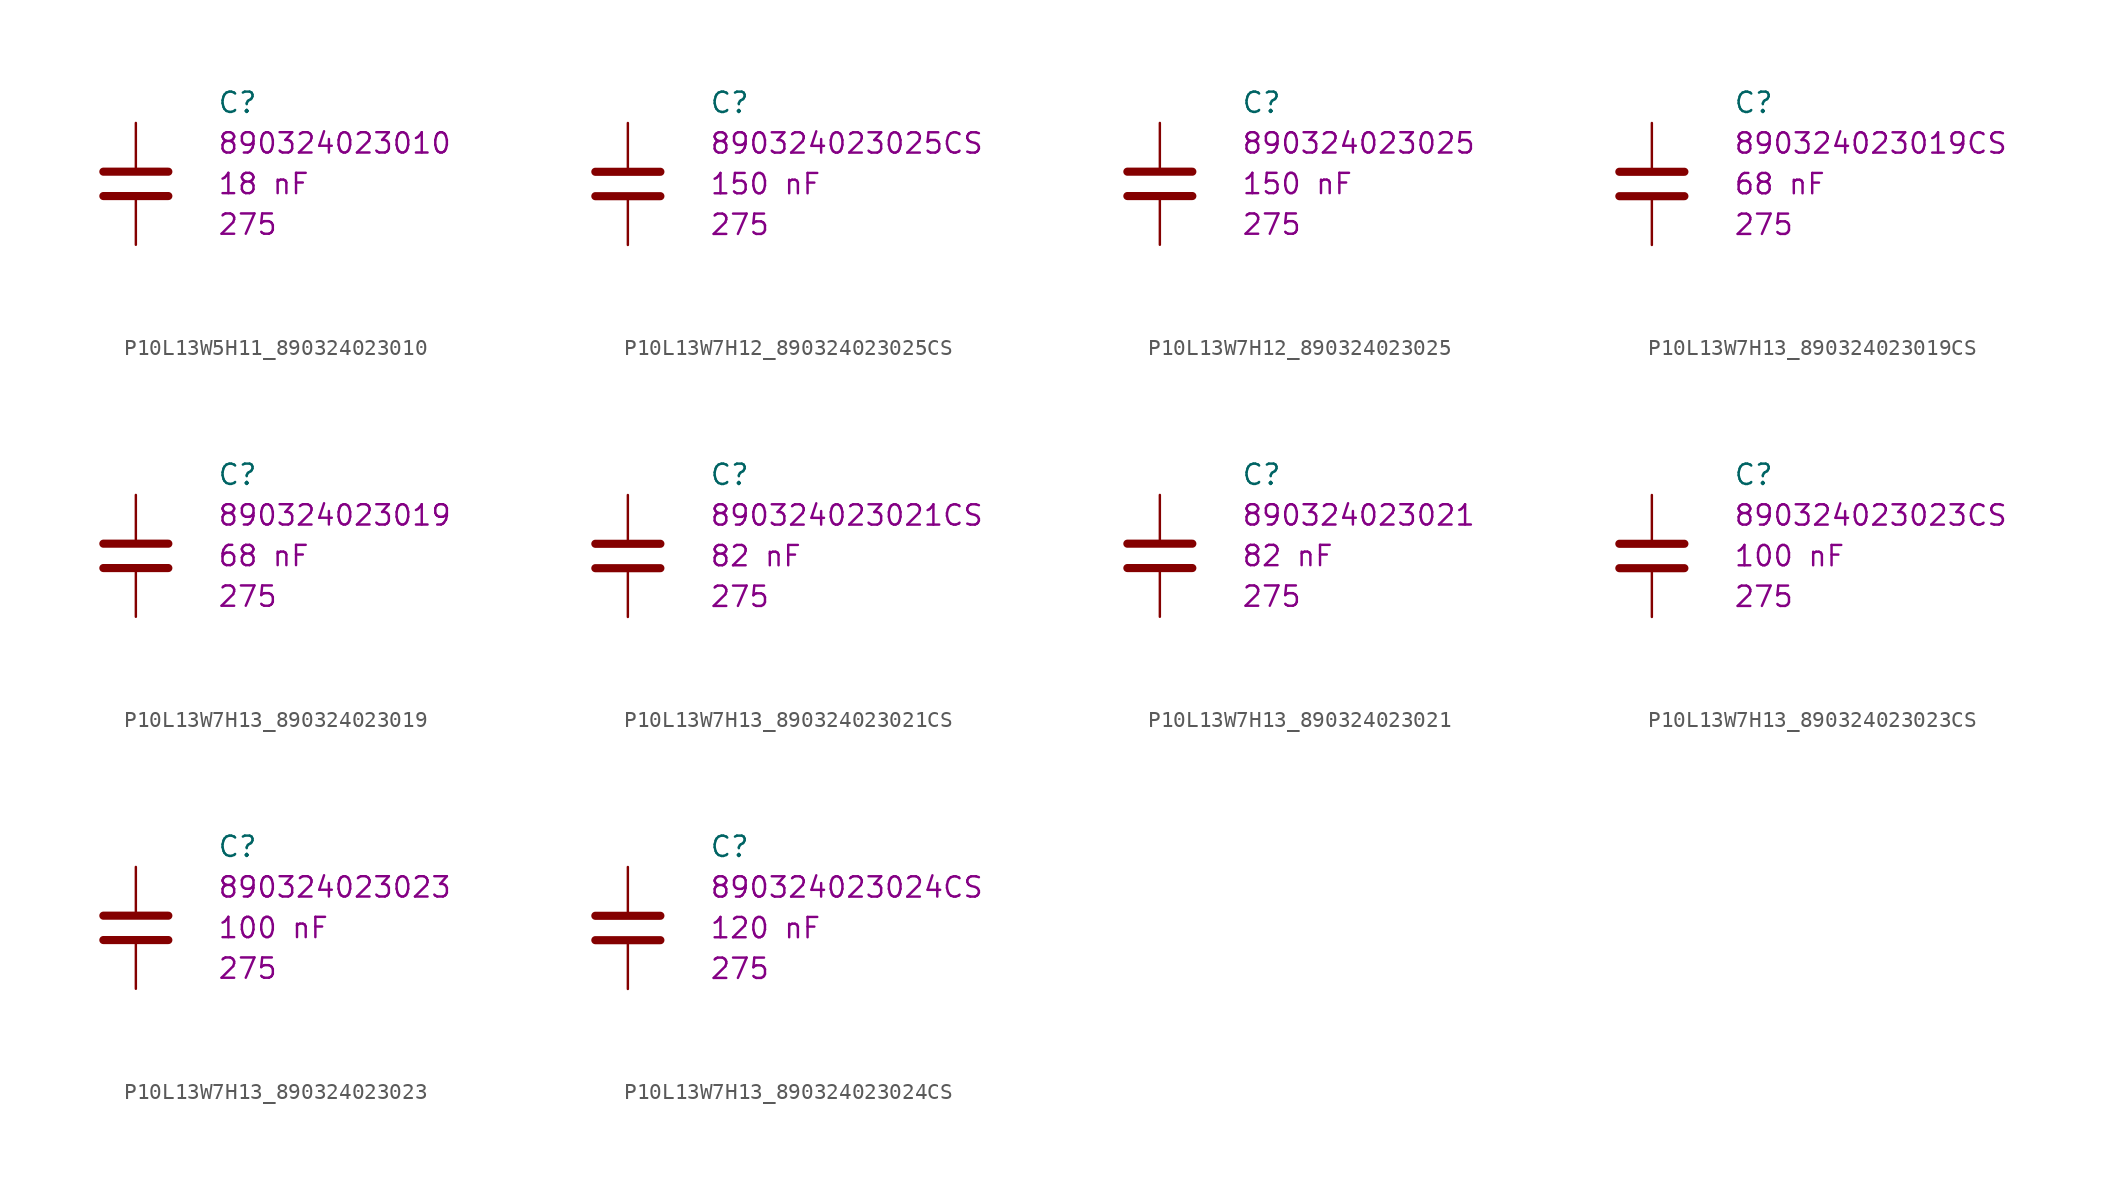
<source format=kicad_sym>
(kicad_symbol_lib
  (version 20220914)
  (generator kicad_symbol_editor)
  (symbol "P10L13W5H11_890324023010"
    (pin_numbers hide)
    (pin_names hide)
    (property "Reference" "C"
      (at 5.08 5.08 0)
      (effects (font (size 1.27 1.27)) (justify left)))
    (property "Part Number" "890324023010"
      (at 5.08 2.54 0)
      (effects (font (size 1.27 1.27)) (justify left)))
    (property "Capacitance" "18 nF"
      (at 5.08 0 0)
      (effects (font (size 1.27 1.27)) (justify left)))
    (property "Voltage" "275"
      (at 5.08 -2.54 0)
      (effects (font (size 1.27 1.27)) (justify left)))
    (property "Critical Parameter" ""
      (at 0 -7.62 0)
      (effects (font (size 1.27 1.27))))
    (symbol "P10L13W5H11_890324023010_0_1"
      (polyline (pts (xy -2.032 -0.762) (xy 2.032 -0.762)) (stroke (width 0.508) (type default)) (fill (type none)))
      (polyline (pts (xy -2.032 0.762) (xy 2.032 0.762)) (stroke (width 0.508) (type default)) (fill (type none))))
    (symbol "P10L13W5H11_890324023010_1_1"
      (pin passive line (at 0 3.81 270) (length 2.794) (name "1" (effects (font (size 1.27 1.27)))) (number "1" (effects (font (size 1.27 1.27)))))
      (pin passive line (at 0 -3.81 90) (length 2.794) (name "2" (effects (font (size 1.27 1.27)))) (number "2" (effects (font (size 1.27 1.27)))))))
  (symbol "P10L13W7H12_890324023025CS"
    (pin_numbers hide)
    (pin_names hide)
    (property "Reference" "C"
      (at 5.08 5.08 0)
      (effects (font (size 1.27 1.27)) (justify left)))
    (property "Part Number" "890324023025CS"
      (at 5.08 2.54 0)
      (effects (font (size 1.27 1.27)) (justify left)))
    (property "Capacitance" "150 nF"
      (at 5.08 0 0)
      (effects (font (size 1.27 1.27)) (justify left)))
    (property "Voltage" "275"
      (at 5.08 -2.54 0)
      (effects (font (size 1.27 1.27)) (justify left)))
    (property "Critical Parameter" ""
      (at 0 -7.62 0)
      (effects (font (size 1.27 1.27))))
    (symbol "P10L13W7H12_890324023025CS_0_1"
      (polyline (pts (xy -2.032 -0.762) (xy 2.032 -0.762)) (stroke (width 0.508) (type default)) (fill (type none)))
      (polyline (pts (xy -2.032 0.762) (xy 2.032 0.762)) (stroke (width 0.508) (type default)) (fill (type none))))
    (symbol "P10L13W7H12_890324023025CS_1_1"
      (pin passive line (at 0 3.81 270) (length 2.794) (name "1" (effects (font (size 1.27 1.27)))) (number "1" (effects (font (size 1.27 1.27)))))
      (pin passive line (at 0 -3.81 90) (length 2.794) (name "2" (effects (font (size 1.27 1.27)))) (number "2" (effects (font (size 1.27 1.27)))))))
  (symbol "P10L13W7H12_890324023025"
    (pin_numbers hide)
    (pin_names hide)
    (property "Reference" "C"
      (at 5.08 5.08 0)
      (effects (font (size 1.27 1.27)) (justify left)))
    (property "Part Number" "890324023025"
      (at 5.08 2.54 0)
      (effects (font (size 1.27 1.27)) (justify left)))
    (property "Capacitance" "150 nF"
      (at 5.08 0 0)
      (effects (font (size 1.27 1.27)) (justify left)))
    (property "Voltage" "275"
      (at 5.08 -2.54 0)
      (effects (font (size 1.27 1.27)) (justify left)))
    (property "Critical Parameter" ""
      (at 0 -7.62 0)
      (effects (font (size 1.27 1.27))))
    (symbol "P10L13W7H12_890324023025_0_1"
      (polyline (pts (xy -2.032 -0.762) (xy 2.032 -0.762)) (stroke (width 0.508) (type default)) (fill (type none)))
      (polyline (pts (xy -2.032 0.762) (xy 2.032 0.762)) (stroke (width 0.508) (type default)) (fill (type none))))
    (symbol "P10L13W7H12_890324023025_1_1"
      (pin passive line (at 0 3.81 270) (length 2.794) (name "1" (effects (font (size 1.27 1.27)))) (number "1" (effects (font (size 1.27 1.27)))))
      (pin passive line (at 0 -3.81 90) (length 2.794) (name "2" (effects (font (size 1.27 1.27)))) (number "2" (effects (font (size 1.27 1.27)))))))
  (symbol "P10L13W7H13_890324023019CS"
    (pin_numbers hide)
    (pin_names hide)
    (property "Reference" "C"
      (at 5.08 5.08 0)
      (effects (font (size 1.27 1.27)) (justify left)))
    (property "Part Number" "890324023019CS"
      (at 5.08 2.54 0)
      (effects (font (size 1.27 1.27)) (justify left)))
    (property "Capacitance" "68 nF"
      (at 5.08 0 0)
      (effects (font (size 1.27 1.27)) (justify left)))
    (property "Voltage" "275"
      (at 5.08 -2.54 0)
      (effects (font (size 1.27 1.27)) (justify left)))
    (property "Critical Parameter" ""
      (at 0 -7.62 0)
      (effects (font (size 1.27 1.27))))
    (symbol "P10L13W7H13_890324023019CS_0_1"
      (polyline (pts (xy -2.032 -0.762) (xy 2.032 -0.762)) (stroke (width 0.508) (type default)) (fill (type none)))
      (polyline (pts (xy -2.032 0.762) (xy 2.032 0.762)) (stroke (width 0.508) (type default)) (fill (type none))))
    (symbol "P10L13W7H13_890324023019CS_1_1"
      (pin passive line (at 0 3.81 270) (length 2.794) (name "1" (effects (font (size 1.27 1.27)))) (number "1" (effects (font (size 1.27 1.27)))))
      (pin passive line (at 0 -3.81 90) (length 2.794) (name "2" (effects (font (size 1.27 1.27)))) (number "2" (effects (font (size 1.27 1.27)))))))
  (symbol "P10L13W7H13_890324023019"
    (pin_numbers hide)
    (pin_names hide)
    (property "Reference" "C"
      (at 5.08 5.08 0)
      (effects (font (size 1.27 1.27)) (justify left)))
    (property "Part Number" "890324023019"
      (at 5.08 2.54 0)
      (effects (font (size 1.27 1.27)) (justify left)))
    (property "Capacitance" "68 nF"
      (at 5.08 0 0)
      (effects (font (size 1.27 1.27)) (justify left)))
    (property "Voltage" "275"
      (at 5.08 -2.54 0)
      (effects (font (size 1.27 1.27)) (justify left)))
    (property "Critical Parameter" ""
      (at 0 -7.62 0)
      (effects (font (size 1.27 1.27))))
    (symbol "P10L13W7H13_890324023019_0_1"
      (polyline (pts (xy -2.032 -0.762) (xy 2.032 -0.762)) (stroke (width 0.508) (type default)) (fill (type none)))
      (polyline (pts (xy -2.032 0.762) (xy 2.032 0.762)) (stroke (width 0.508) (type default)) (fill (type none))))
    (symbol "P10L13W7H13_890324023019_1_1"
      (pin passive line (at 0 3.81 270) (length 2.794) (name "1" (effects (font (size 1.27 1.27)))) (number "1" (effects (font (size 1.27 1.27)))))
      (pin passive line (at 0 -3.81 90) (length 2.794) (name "2" (effects (font (size 1.27 1.27)))) (number "2" (effects (font (size 1.27 1.27)))))))
  (symbol "P10L13W7H13_890324023021CS"
    (pin_numbers hide)
    (pin_names hide)
    (property "Reference" "C"
      (at 5.08 5.08 0)
      (effects (font (size 1.27 1.27)) (justify left)))
    (property "Part Number" "890324023021CS"
      (at 5.08 2.54 0)
      (effects (font (size 1.27 1.27)) (justify left)))
    (property "Capacitance" "82 nF"
      (at 5.08 0 0)
      (effects (font (size 1.27 1.27)) (justify left)))
    (property "Voltage" "275"
      (at 5.08 -2.54 0)
      (effects (font (size 1.27 1.27)) (justify left)))
    (property "Critical Parameter" ""
      (at 0 -7.62 0)
      (effects (font (size 1.27 1.27))))
    (symbol "P10L13W7H13_890324023021CS_0_1"
      (polyline (pts (xy -2.032 -0.762) (xy 2.032 -0.762)) (stroke (width 0.508) (type default)) (fill (type none)))
      (polyline (pts (xy -2.032 0.762) (xy 2.032 0.762)) (stroke (width 0.508) (type default)) (fill (type none))))
    (symbol "P10L13W7H13_890324023021CS_1_1"
      (pin passive line (at 0 3.81 270) (length 2.794) (name "1" (effects (font (size 1.27 1.27)))) (number "1" (effects (font (size 1.27 1.27)))))
      (pin passive line (at 0 -3.81 90) (length 2.794) (name "2" (effects (font (size 1.27 1.27)))) (number "2" (effects (font (size 1.27 1.27)))))))
  (symbol "P10L13W7H13_890324023021"
    (pin_numbers hide)
    (pin_names hide)
    (property "Reference" "C"
      (at 5.08 5.08 0)
      (effects (font (size 1.27 1.27)) (justify left)))
    (property "Part Number" "890324023021"
      (at 5.08 2.54 0)
      (effects (font (size 1.27 1.27)) (justify left)))
    (property "Capacitance" "82 nF"
      (at 5.08 0 0)
      (effects (font (size 1.27 1.27)) (justify left)))
    (property "Voltage" "275"
      (at 5.08 -2.54 0)
      (effects (font (size 1.27 1.27)) (justify left)))
    (property "Critical Parameter" ""
      (at 0 -7.62 0)
      (effects (font (size 1.27 1.27))))
    (symbol "P10L13W7H13_890324023021_0_1"
      (polyline (pts (xy -2.032 -0.762) (xy 2.032 -0.762)) (stroke (width 0.508) (type default)) (fill (type none)))
      (polyline (pts (xy -2.032 0.762) (xy 2.032 0.762)) (stroke (width 0.508) (type default)) (fill (type none))))
    (symbol "P10L13W7H13_890324023021_1_1"
      (pin passive line (at 0 3.81 270) (length 2.794) (name "1" (effects (font (size 1.27 1.27)))) (number "1" (effects (font (size 1.27 1.27)))))
      (pin passive line (at 0 -3.81 90) (length 2.794) (name "2" (effects (font (size 1.27 1.27)))) (number "2" (effects (font (size 1.27 1.27)))))))
  (symbol "P10L13W7H13_890324023023CS"
    (pin_numbers hide)
    (pin_names hide)
    (property "Reference" "C"
      (at 5.08 5.08 0)
      (effects (font (size 1.27 1.27)) (justify left)))
    (property "Part Number" "890324023023CS"
      (at 5.08 2.54 0)
      (effects (font (size 1.27 1.27)) (justify left)))
    (property "Capacitance" "100 nF"
      (at 5.08 0 0)
      (effects (font (size 1.27 1.27)) (justify left)))
    (property "Voltage" "275"
      (at 5.08 -2.54 0)
      (effects (font (size 1.27 1.27)) (justify left)))
    (property "Critical Parameter" ""
      (at 0 -7.62 0)
      (effects (font (size 1.27 1.27))))
    (symbol "P10L13W7H13_890324023023CS_0_1"
      (polyline (pts (xy -2.032 -0.762) (xy 2.032 -0.762)) (stroke (width 0.508) (type default)) (fill (type none)))
      (polyline (pts (xy -2.032 0.762) (xy 2.032 0.762)) (stroke (width 0.508) (type default)) (fill (type none))))
    (symbol "P10L13W7H13_890324023023CS_1_1"
      (pin passive line (at 0 3.81 270) (length 2.794) (name "1" (effects (font (size 1.27 1.27)))) (number "1" (effects (font (size 1.27 1.27)))))
      (pin passive line (at 0 -3.81 90) (length 2.794) (name "2" (effects (font (size 1.27 1.27)))) (number "2" (effects (font (size 1.27 1.27)))))))
  (symbol "P10L13W7H13_890324023023"
    (pin_numbers hide)
    (pin_names hide)
    (property "Reference" "C"
      (at 5.08 5.08 0)
      (effects (font (size 1.27 1.27)) (justify left)))
    (property "Part Number" "890324023023"
      (at 5.08 2.54 0)
      (effects (font (size 1.27 1.27)) (justify left)))
    (property "Capacitance" "100 nF"
      (at 5.08 0 0)
      (effects (font (size 1.27 1.27)) (justify left)))
    (property "Voltage" "275"
      (at 5.08 -2.54 0)
      (effects (font (size 1.27 1.27)) (justify left)))
    (property "Critical Parameter" ""
      (at 0 -7.62 0)
      (effects (font (size 1.27 1.27))))
    (symbol "P10L13W7H13_890324023023_0_1"
      (polyline (pts (xy -2.032 -0.762) (xy 2.032 -0.762)) (stroke (width 0.508) (type default)) (fill (type none)))
      (polyline (pts (xy -2.032 0.762) (xy 2.032 0.762)) (stroke (width 0.508) (type default)) (fill (type none))))
    (symbol "P10L13W7H13_890324023023_1_1"
      (pin passive line (at 0 3.81 270) (length 2.794) (name "1" (effects (font (size 1.27 1.27)))) (number "1" (effects (font (size 1.27 1.27)))))
      (pin passive line (at 0 -3.81 90) (length 2.794) (name "2" (effects (font (size 1.27 1.27)))) (number "2" (effects (font (size 1.27 1.27)))))))
  (symbol "P10L13W7H13_890324023024CS"
    (pin_numbers hide)
    (pin_names hide)
    (property "Reference" "C"
      (at 5.08 5.08 0)
      (effects (font (size 1.27 1.27)) (justify left)))
    (property "Part Number" "890324023024CS"
      (at 5.08 2.54 0)
      (effects (font (size 1.27 1.27)) (justify left)))
    (property "Capacitance" "120 nF"
      (at 5.08 0 0)
      (effects (font (size 1.27 1.27)) (justify left)))
    (property "Voltage" "275"
      (at 5.08 -2.54 0)
      (effects (font (size 1.27 1.27)) (justify left)))
    (property "Critical Parameter" ""
      (at 0 -7.62 0)
      (effects (font (size 1.27 1.27))))
    (symbol "P10L13W7H13_890324023024CS_0_1"
      (polyline (pts (xy -2.032 -0.762) (xy 2.032 -0.762)) (stroke (width 0.508) (type default)) (fill (type none)))
      (polyline (pts (xy -2.032 0.762) (xy 2.032 0.762)) (stroke (width 0.508) (type default)) (fill (type none))))
    (symbol "P10L13W7H13_890324023024CS_1_1"
      (pin passive line (at 0 3.81 270) (length 2.794) (name "1" (effects (font (size 1.27 1.27)))) (number "1" (effects (font (size 1.27 1.27)))))
      (pin passive line (at 0 -3.81 90) (length 2.794) (name "2" (effects (font (size 1.27 1.27)))) (number "2" (effects (font (size 1.27 1.27))))))))
</source>
